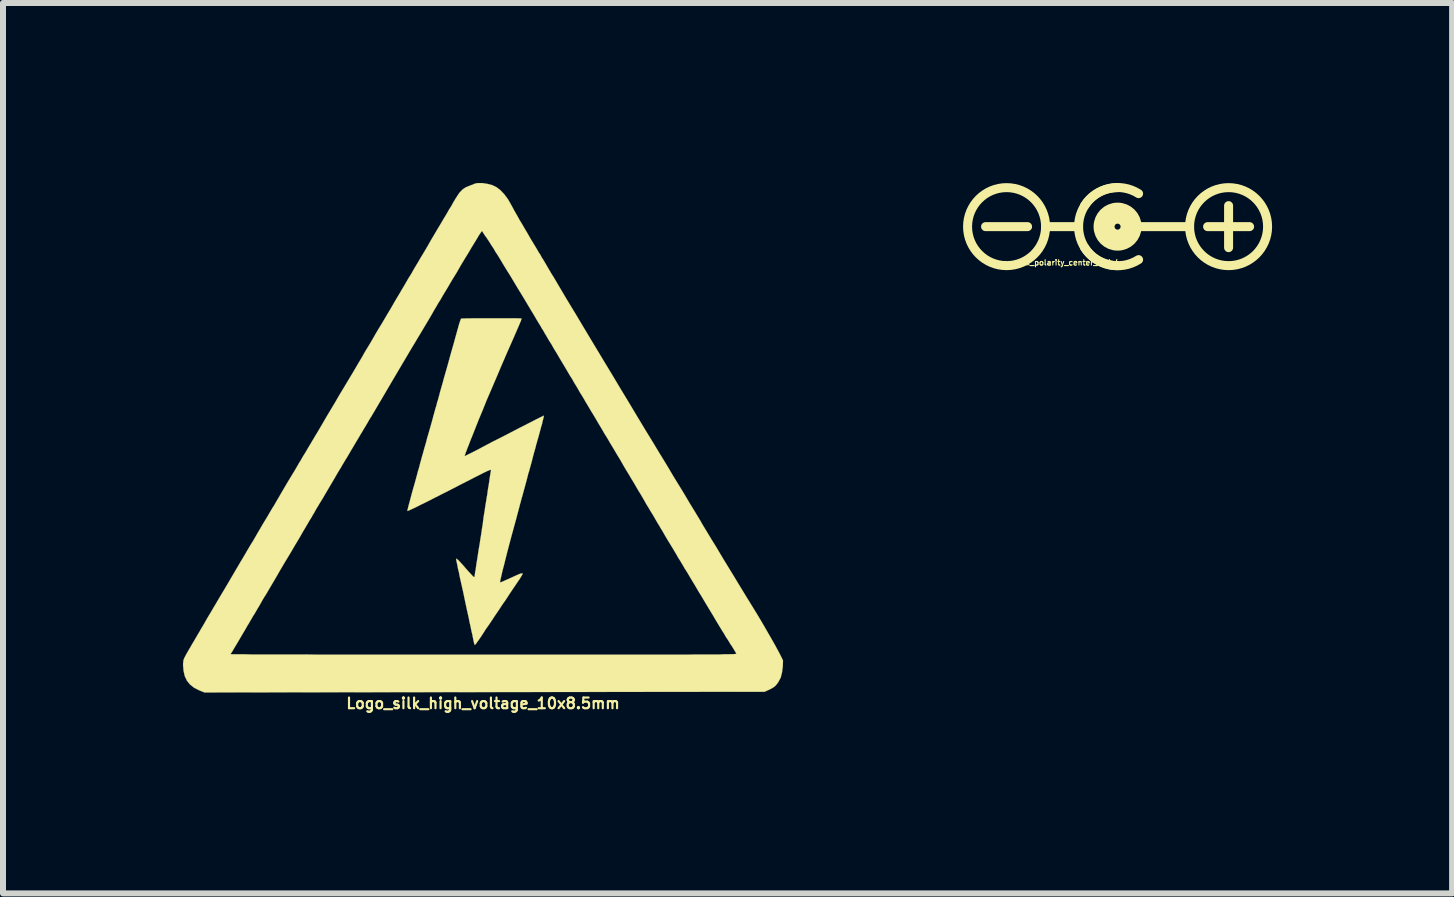
<source format=kicad_pcb>
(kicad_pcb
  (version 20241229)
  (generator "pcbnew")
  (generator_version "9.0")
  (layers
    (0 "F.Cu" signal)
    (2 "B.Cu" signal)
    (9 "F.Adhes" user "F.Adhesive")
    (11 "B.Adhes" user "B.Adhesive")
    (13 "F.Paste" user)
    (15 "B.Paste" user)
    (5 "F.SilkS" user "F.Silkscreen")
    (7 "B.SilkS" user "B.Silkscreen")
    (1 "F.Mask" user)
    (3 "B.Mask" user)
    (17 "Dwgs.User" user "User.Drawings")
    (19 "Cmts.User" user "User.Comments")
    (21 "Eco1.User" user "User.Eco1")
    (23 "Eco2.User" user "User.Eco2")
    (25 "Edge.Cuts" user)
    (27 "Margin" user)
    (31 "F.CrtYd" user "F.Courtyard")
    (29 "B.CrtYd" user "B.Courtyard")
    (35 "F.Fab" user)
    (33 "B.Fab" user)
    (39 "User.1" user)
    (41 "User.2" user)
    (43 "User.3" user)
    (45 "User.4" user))
  (footprint "Logo_silk_polarity_center_5x1.4mm"
    (layer "F.Cu")
    (at 15.575 0.727)
    (property "Reference" "Logo_silk_polarity_center_5x1.4mm" (at -0.9 0.6 0) (layer "F.SilkS") (effects (font (size 0.089 0.089) (thickness 0.018))))
    (attr through_hole)
    (fp_line (start -2.2 0) (end -1.5 0) (stroke (width 0.15) (type solid)) (layer "F.SilkS"))
    (fp_line (start -0.65 0) (end -1.2 0) (stroke (width 0.15) (type solid)) (layer "F.SilkS"))
    (fp_line (start 1.2 0) (end 0.3 0) (stroke (width 0.15) (type solid)) (layer "F.SilkS"))
    (fp_line (start 1.5 0) (end 2.2 0) (stroke (width 0.15) (type solid)) (layer "F.SilkS"))
    (fp_line (start 1.85 0.35) (end 1.85 -0.35) (stroke (width 0.15) (type solid)) (layer "F.SilkS"))
    (fp_arc (start -0.65 0) (mid -0.459619 -0.459619) (end 0 -0.65) (stroke (width 0.15) (type solid)) (layer "F.SilkS"))
    (fp_arc (start -0.55 -0.35) (mid -0.141421 -0.636396) (end 0.35 -0.55) (stroke (width 0.15) (type solid)) (layer "F.SilkS"))
    (fp_arc (start 0 0.65) (mid -0.459619 0.459619) (end -0.65 0) (stroke (width 0.15) (type solid)) (layer "F.SilkS"))
    (fp_arc (start 0.35 0.55) (mid -0.141421 0.636396) (end -0.55 0.35) (stroke (width 0.15) (type solid)) (layer "F.SilkS"))
    (fp_circle (center -1.85 0) (end -1.2 0) (stroke (width 0.15) (type solid)) (fill no) (layer "F.SilkS"))
    (fp_circle (center 0 0) (end -0.2 0) (stroke (width 0.3) (type solid)) (fill no) (layer "F.SilkS"))
    (fp_circle (center 0 0) (end -0.1 0) (stroke (width 0.3) (type solid)) (fill no) (layer "F.SilkS"))
    (fp_circle (center 1.85 0) (end 2.5 0) (stroke (width 0.15) (type solid)) (fill no) (layer "F.SilkS")))
  (footprint "Logo_silk_high_voltage_10x8.5mm"
    (layer "F.Cu")
    (at 5 4.235)
    (property "Reference" "Logo_silk_high_voltage_10x8.5mm" (at 0 4.437 0) (layer "F.SilkS") (effects (font (size 0.178 0.178) (thickness 0.036))))
    (attr through_hole)
    (fp_poly (pts (xy 1.016 -0.358) (xy 1.013 -0.348) (xy 1.008 -0.323) (xy 0.998 -0.284) (xy 0.986 -0.239) (xy 0.986 -0.229) (xy 0.968 -0.17) (xy 0.95 -0.102) (xy 0.93 -0.028) (xy 0.912 0.036) (xy 0.909 0.043) (xy 0.897 0.089) (xy 0.884 0.132) (xy 0.874 0.175) (xy 0.861 0.221) (xy 0.846 0.272) (xy 0.831 0.33) (xy 0.813 0.401) (xy 0.79 0.485) (xy 0.762 0.587) (xy 0.759 0.589) (xy 0.732 0.696) (xy 0.709 0.782) (xy 0.688 0.859) (xy 0.671 0.922) (xy 0.655 0.98) (xy 0.64 1.031) (xy 0.627 1.082) (xy 0.612 1.133) (xy 0.61 1.146) (xy 0.594 1.204) (xy 0.579 1.262) (xy 0.564 1.316) (xy 0.554 1.356) (xy 0.551 1.367) (xy 0.511 1.514) (xy 0.472 1.656) (xy 0.437 1.788) (xy 0.404 1.913) (xy 0.376 2.024) (xy 0.351 2.126) (xy 0.328 2.212) (xy 0.31 2.289) (xy 0.297 2.347) (xy 0.287 2.388) (xy 0.284 2.413) (xy 0.284 2.421) (xy 0.297 2.418) (xy 0.323 2.408) (xy 0.363 2.39) (xy 0.409 2.37) (xy 0.455 2.349) (xy 0.521 2.319) (xy 0.572 2.296) (xy 0.607 2.281) (xy 0.632 2.273) (xy 0.65 2.271) (xy 0.658 2.273) (xy 0.66 2.273) (xy 0.66 2.276) (xy 0.658 2.283) (xy 0.653 2.294) (xy 0.643 2.309) (xy 0.63 2.332) (xy 0.61 2.365) (xy 0.582 2.405) (xy 0.546 2.459) (xy 0.503 2.522) (xy 0.45 2.601) (xy 0.389 2.695) (xy 0.376 2.715) (xy 0.32 2.794) (xy 0.262 2.883) (xy 0.201 2.972) (xy 0.145 3.058) (xy 0.091 3.137) (xy 0.043 3.205) (xy 0.03 3.226) (xy -0.015 3.297) (xy -0.053 3.353) (xy -0.081 3.393) (xy -0.104 3.424) (xy -0.119 3.447) (xy -0.13 3.457) (xy -0.137 3.462) (xy -0.14 3.462) (xy -0.142 3.457) (xy -0.142 3.454) (xy -0.147 3.439) (xy -0.155 3.409) (xy -0.163 3.368) (xy -0.173 3.32) (xy -0.18 3.284) (xy -0.193 3.231) (xy -0.206 3.165) (xy -0.224 3.086) (xy -0.241 3) (xy -0.262 2.908) (xy -0.282 2.814) (xy -0.29 2.779) (xy -0.31 2.682) (xy -0.33 2.586) (xy -0.351 2.492) (xy -0.371 2.403) (xy -0.389 2.324) (xy -0.401 2.258) (xy -0.414 2.205) (xy -0.417 2.195) (xy -0.427 2.139) (xy -0.437 2.093) (xy -0.445 2.055) (xy -0.447 2.032) (xy -0.447 2.027) (xy -0.439 2.027) (xy -0.429 2.035) (xy -0.409 2.052) (xy -0.381 2.083) (xy -0.343 2.123) (xy -0.297 2.177) (xy -0.246 2.235) (xy -0.208 2.276) (xy -0.18 2.306) (xy -0.163 2.324) (xy -0.15 2.332) (xy -0.145 2.332) (xy -0.142 2.322) (xy -0.137 2.294) (xy -0.132 2.253) (xy -0.122 2.2) (xy -0.114 2.141) (xy -0.112 2.123) (xy -0.099 2.047) (xy -0.086 1.963) (xy -0.074 1.882) (xy -0.061 1.808) (xy -0.053 1.758) (xy -0.043 1.692) (xy -0.03 1.613) (xy -0.018 1.529) (xy -0.005 1.45) (xy 0 1.407) (xy 0.01 1.328) (xy 0.025 1.24) (xy 0.038 1.148) (xy 0.053 1.062) (xy 0.058 1.026) (xy 0.071 0.953) (xy 0.081 0.876) (xy 0.094 0.8) (xy 0.104 0.734) (xy 0.109 0.696) (xy 0.117 0.645) (xy 0.124 0.602) (xy 0.13 0.569) (xy 0.132 0.554) (xy 0.132 0.551) (xy 0.132 0.546) (xy 0.124 0.544) (xy 0.112 0.549) (xy 0.086 0.559) (xy 0.053 0.574) (xy 0.005 0.597) (xy -0.053 0.627) (xy -0.13 0.665) (xy -0.173 0.688) (xy -0.358 0.782) (xy -0.526 0.869) (xy -0.676 0.945) (xy -0.81 1.013) (xy -0.925 1.072) (xy -1.024 1.12) (xy -1.105 1.161) (xy -1.168 1.191) (xy -1.217 1.214) (xy -1.247 1.227) (xy -1.26 1.232) (xy -1.26 1.229) (xy -1.26 1.217) (xy -1.252 1.186) (xy -1.24 1.138) (xy -1.224 1.079) (xy -1.206 1.011) (xy -1.186 0.935) (xy -1.163 0.853) (xy -1.138 0.767) (xy -1.12 0.701) (xy -1.102 0.635) (xy -1.085 0.569) (xy -1.067 0.511) (xy -1.054 0.46) (xy -1.046 0.429) (xy -1.034 0.386) (xy -1.019 0.33) (xy -1.001 0.269) (xy -0.986 0.213) (xy -0.968 0.15) (xy -0.947 0.079) (xy -0.93 0.01) (xy -0.917 -0.033) (xy -0.902 -0.084) (xy -0.884 -0.147) (xy -0.864 -0.218) (xy -0.843 -0.292) (xy -0.831 -0.34) (xy -0.813 -0.404) (xy -0.795 -0.47) (xy -0.777 -0.528) (xy -0.765 -0.579) (xy -0.754 -0.61) (xy -0.747 -0.638) (xy -0.734 -0.683) (xy -0.719 -0.742) (xy -0.699 -0.813) (xy -0.676 -0.892) (xy -0.653 -0.978) (xy -0.627 -1.069) (xy -0.615 -1.11) (xy -0.587 -1.209) (xy -0.559 -1.311) (xy -0.531 -1.412) (xy -0.503 -1.509) (xy -0.478 -1.598) (xy -0.457 -1.676) (xy -0.439 -1.737) (xy -0.437 -1.748) (xy -0.419 -1.811) (xy -0.404 -1.867) (xy -0.389 -1.915) (xy -0.376 -1.951) (xy -0.368 -1.971) (xy -0.366 -1.974) (xy -0.353 -1.976) (xy -0.325 -1.976) (xy -0.279 -1.979) (xy -0.221 -1.979) (xy -0.152 -1.981) (xy -0.076 -1.981) (xy 0.003 -1.981) (xy 0.089 -1.981) (xy 0.175 -1.981) (xy 0.264 -1.981) (xy 0.345 -1.981) (xy 0.424 -1.981) (xy 0.493 -1.981) (xy 0.551 -1.981) (xy 0.597 -1.979) (xy 0.627 -1.979) (xy 0.643 -1.976) (xy 0.64 -1.966) (xy 0.632 -1.941) (xy 0.617 -1.905) (xy 0.602 -1.869) (xy 0.503 -1.641) (xy 0.404 -1.417) (xy 0.312 -1.204) (xy 0.224 -0.996) (xy 0.14 -0.8) (xy 0.061 -0.617) (xy -0.008 -0.445) (xy -0.074 -0.287) (xy -0.13 -0.145) (xy -0.18 -0.018) (xy -0.193 0.013) (xy -0.218 0.076) (xy -0.241 0.137) (xy -0.262 0.188) (xy -0.277 0.231) (xy -0.29 0.259) (xy -0.29 0.264) (xy -0.3 0.292) (xy -0.307 0.31) (xy -0.307 0.315) (xy -0.297 0.312) (xy -0.272 0.3) (xy -0.229 0.279) (xy -0.173 0.251) (xy -0.104 0.216) (xy -0.023 0.173) (xy 0.069 0.124) (xy 0.17 0.071) (xy 0.282 0.015) (xy 0.401 -0.046) (xy 0.424 -0.058) (xy 0.518 -0.107) (xy 0.61 -0.155) (xy 0.696 -0.198) (xy 0.775 -0.239) (xy 0.843 -0.274) (xy 0.904 -0.305) (xy 0.955 -0.33) (xy 0.991 -0.348) (xy 1.011 -0.356) (xy 1.016 -0.358)) (stroke (width 0.003) (type solid)) (fill yes) (layer "F.SilkS"))
    (fp_poly (pts (xy 4.999 3.721) (xy 4.996 3.82) (xy 4.983 3.919) (xy 4.961 4.008) (xy 4.92 4.084) (xy 4.897 4.115) (xy 4.874 4.143) (xy 4.846 4.166) (xy 4.813 4.186) (xy 4.775 4.206) (xy 4.691 4.244) (xy 4.221 4.244) (xy 4.221 3.609) (xy 4.214 3.594) (xy 4.199 3.569) (xy 4.176 3.531) (xy 4.148 3.485) (xy 4.13 3.459) (xy 4.112 3.432) (xy 4.1 3.409) (xy 4.084 3.386) (xy 4.072 3.365) (xy 4.056 3.343) (xy 4.041 3.32) (xy 4.026 3.292) (xy 4.006 3.259) (xy 3.98 3.218) (xy 3.952 3.172) (xy 3.919 3.117) (xy 3.879 3.051) (xy 3.833 2.972) (xy 3.777 2.88) (xy 3.713 2.774) (xy 3.647 2.662) (xy 3.589 2.568) (xy 3.536 2.477) (xy 3.485 2.393) (xy 3.439 2.316) (xy 3.399 2.248) (xy 3.363 2.192) (xy 3.338 2.149) (xy 3.32 2.118) (xy 3.31 2.103) (xy 3.299 2.083) (xy 3.279 2.05) (xy 3.251 2.007) (xy 3.221 1.953) (xy 3.188 1.897) (xy 3.17 1.867) (xy 3.127 1.796) (xy 3.078 1.717) (xy 3.03 1.636) (xy 2.987 1.56) (xy 2.946 1.494) (xy 2.946 1.491) (xy 2.908 1.43) (xy 2.87 1.364) (xy 2.835 1.303) (xy 2.802 1.25) (xy 2.779 1.212) (xy 2.753 1.168) (xy 2.72 1.115) (xy 2.685 1.052) (xy 2.647 0.986) (xy 2.609 0.922) (xy 2.606 0.919) (xy 2.565 0.851) (xy 2.52 0.772) (xy 2.469 0.688) (xy 2.421 0.607) (xy 2.377 0.536) (xy 2.337 0.467) (xy 2.291 0.386) (xy 2.24 0.302) (xy 2.189 0.216) (xy 2.141 0.135) (xy 2.118 0.099) (xy 2.075 0.023) (xy 2.024 -0.058) (xy 1.974 -0.145) (xy 1.925 -0.226) (xy 1.882 -0.3) (xy 1.864 -0.33) (xy 1.829 -0.389) (xy 1.796 -0.442) (xy 1.768 -0.49) (xy 1.745 -0.528) (xy 1.73 -0.554) (xy 1.727 -0.559) (xy 1.714 -0.579) (xy 1.694 -0.615) (xy 1.669 -0.658) (xy 1.638 -0.709) (xy 1.615 -0.744) (xy 1.585 -0.798) (xy 1.557 -0.846) (xy 1.532 -0.886) (xy 1.514 -0.917) (xy 1.506 -0.93) (xy 1.496 -0.95) (xy 1.476 -0.983) (xy 1.448 -1.026) (xy 1.417 -1.079) (xy 1.384 -1.135) (xy 1.369 -1.161) (xy 1.326 -1.232) (xy 1.278 -1.313) (xy 1.227 -1.4) (xy 1.176 -1.483) (xy 1.133 -1.56) (xy 1.13 -1.562) (xy 1.092 -1.623) (xy 1.059 -1.681) (xy 1.026 -1.735) (xy 1.001 -1.781) (xy 0.98 -1.811) (xy 0.975 -1.821) (xy 0.958 -1.852) (xy 0.93 -1.897) (xy 0.894 -1.956) (xy 0.853 -2.027) (xy 0.805 -2.106) (xy 0.752 -2.195) (xy 0.696 -2.289) (xy 0.638 -2.385) (xy 0.577 -2.484) (xy 0.518 -2.583) (xy 0.46 -2.68) (xy 0.401 -2.774) (xy 0.348 -2.86) (xy 0.3 -2.941) (xy 0.257 -3.012) (xy 0.218 -3.073) (xy 0.213 -3.078) (xy 0.175 -3.145) (xy 0.135 -3.205) (xy 0.097 -3.266) (xy 0.061 -3.32) (xy 0.028 -3.365) (xy 0.005 -3.401) (xy -0.01 -3.426) (xy -0.02 -3.434) (xy -0.025 -3.426) (xy -0.043 -3.401) (xy -0.069 -3.363) (xy -0.102 -3.307) (xy -0.142 -3.241) (xy -0.191 -3.162) (xy -0.244 -3.071) (xy -0.305 -2.972) (xy -0.371 -2.863) (xy -0.439 -2.743) (xy -0.516 -2.619) (xy -0.592 -2.489) (xy -0.673 -2.355) (xy -0.714 -2.283) (xy -0.729 -2.261) (xy -0.752 -2.223) (xy -0.78 -2.174) (xy -0.815 -2.116) (xy -0.851 -2.052) (xy -0.889 -1.986) (xy -1.059 -1.702) (xy -1.222 -1.43) (xy -1.377 -1.168) (xy -1.527 -0.914) (xy -1.671 -0.668) (xy -1.816 -0.422) (xy -1.857 -0.353) (xy -1.895 -0.292) (xy -1.93 -0.231) (xy -1.963 -0.175) (xy -1.991 -0.13) (xy -2.012 -0.094) (xy -2.017 -0.084) (xy -2.035 -0.056) (xy -2.06 -0.013) (xy -2.09 0.038) (xy -2.126 0.097) (xy -2.164 0.163) (xy -2.192 0.208) (xy -2.23 0.274) (xy -2.268 0.338) (xy -2.304 0.396) (xy -2.334 0.447) (xy -2.357 0.485) (xy -2.367 0.505) (xy -2.39 0.541) (xy -2.418 0.587) (xy -2.449 0.64) (xy -2.479 0.693) (xy -2.484 0.701) (xy -2.532 0.782) (xy -2.581 0.866) (xy -2.629 0.947) (xy -2.675 1.026) (xy -2.718 1.095) (xy -2.751 1.151) (xy -2.764 1.171) (xy -2.789 1.214) (xy -2.814 1.26) (xy -2.837 1.298) (xy -2.84 1.3) (xy -2.852 1.326) (xy -2.878 1.367) (xy -2.911 1.422) (xy -2.954 1.496) (xy -3.005 1.582) (xy -3.063 1.684) (xy -3.132 1.798) (xy -3.205 1.923) (xy -3.289 2.062) (xy -3.378 2.212) (xy -3.381 2.217) (xy -3.426 2.296) (xy -3.475 2.38) (xy -3.526 2.466) (xy -3.574 2.548) (xy -3.617 2.621) (xy -3.645 2.664) (xy -3.683 2.728) (xy -3.721 2.797) (xy -3.759 2.86) (xy -3.792 2.918) (xy -3.82 2.964) (xy -3.825 2.969) (xy -3.853 3.018) (xy -3.881 3.066) (xy -3.904 3.106) (xy -3.922 3.134) (xy -3.962 3.205) (xy -4.003 3.274) (xy -4.044 3.343) (xy -4.082 3.409) (xy -4.117 3.467) (xy -4.148 3.518) (xy -4.171 3.559) (xy -4.188 3.586) (xy -4.196 3.599) (xy -4.199 3.599) (xy -4.206 3.614) (xy -4.206 3.617) (xy -4.196 3.617) (xy -4.168 3.619) (xy -4.12 3.619) (xy -4.054 3.619) (xy -3.97 3.619) (xy -3.868 3.622) (xy -3.754 3.622) (xy -3.622 3.622) (xy -3.475 3.622) (xy -3.315 3.622) (xy -3.139 3.622) (xy -2.951 3.622) (xy -2.753 3.625) (xy -2.543 3.625) (xy -2.319 3.625) (xy -2.088 3.625) (xy -1.847 3.625) (xy -1.595 3.625) (xy -1.336 3.625) (xy -1.072 3.625) (xy -0.798 3.625) (xy -0.518 3.625) (xy -0.231 3.625) (xy 0.01 3.625) (xy 0.358 3.625) (xy 0.686 3.625) (xy 0.993 3.625) (xy 1.283 3.625) (xy 1.557 3.625) (xy 1.811 3.625) (xy 2.05 3.625) (xy 2.273 3.625) (xy 2.482 3.625) (xy 2.672 3.625) (xy 2.85 3.625) (xy 3.012 3.625) (xy 3.165 3.625) (xy 3.302 3.625) (xy 3.426 3.625) (xy 3.541 3.622) (xy 3.642 3.622) (xy 3.734 3.622) (xy 3.815 3.622) (xy 3.889 3.622) (xy 3.952 3.622) (xy 4.008 3.619) (xy 4.054 3.619) (xy 4.094 3.619) (xy 4.128 3.617) (xy 4.155 3.617) (xy 4.178 3.617) (xy 4.194 3.614) (xy 4.206 3.614) (xy 4.214 3.612) (xy 4.219 3.612) (xy 4.221 3.609) (xy 4.221 4.244) (xy 0.023 4.249) (xy -4.643 4.255) (xy -4.732 4.219) (xy -4.816 4.176) (xy -4.884 4.122) (xy -4.935 4.059) (xy -4.971 3.983) (xy -4.991 3.894) (xy -4.999 3.8) (xy -4.999 3.772) (xy -4.996 3.749) (xy -4.994 3.729) (xy -4.989 3.706) (xy -4.978 3.68) (xy -4.963 3.65) (xy -4.94 3.609) (xy -4.912 3.559) (xy -4.874 3.495) (xy -4.854 3.459) (xy -4.821 3.404) (xy -4.788 3.348) (xy -4.76 3.299) (xy -4.737 3.261) (xy -4.722 3.236) (xy -4.704 3.203) (xy -4.676 3.157) (xy -4.643 3.101) (xy -4.608 3.038) (xy -4.567 2.969) (xy -4.526 2.901) (xy -4.488 2.835) (xy -4.481 2.824) (xy -4.458 2.786) (xy -4.43 2.738) (xy -4.397 2.682) (xy -4.361 2.621) (xy -4.326 2.563) (xy -4.285 2.494) (xy -4.239 2.416) (xy -4.191 2.334) (xy -4.145 2.256) (xy -4.117 2.207) (xy -4.079 2.144) (xy -4.039 2.075) (xy -3.998 2.007) (xy -3.962 1.946) (xy -3.937 1.902) (xy -3.907 1.852) (xy -3.871 1.791) (xy -3.83 1.725) (xy -3.79 1.656) (xy -3.754 1.593) (xy -3.716 1.529) (xy -3.678 1.463) (xy -3.64 1.4) (xy -3.607 1.346) (xy -3.581 1.303) (xy -3.581 1.3) (xy -3.566 1.278) (xy -3.551 1.25) (xy -3.531 1.217) (xy -3.51 1.181) (xy -3.482 1.138) (xy -3.452 1.085) (xy -3.416 1.024) (xy -3.376 0.955) (xy -3.327 0.871) (xy -3.272 0.777) (xy -3.208 0.671) (xy -3.134 0.549) (xy -3.053 0.409) (xy -3.048 0.404) (xy -3.005 0.328) (xy -2.959 0.254) (xy -2.916 0.18) (xy -2.878 0.117) (xy -2.845 0.061) (xy -2.819 0.018) (xy -2.809 0) (xy -2.789 -0.033) (xy -2.761 -0.079) (xy -2.725 -0.14) (xy -2.685 -0.208) (xy -2.642 -0.282) (xy -2.596 -0.361) (xy -2.555 -0.429) (xy -2.471 -0.569) (xy -2.393 -0.704) (xy -2.316 -0.831) (xy -2.245 -0.95) (xy -2.179 -1.059) (xy -2.121 -1.158) (xy -2.07 -1.245) (xy -2.029 -1.313) (xy -2.007 -1.351) (xy -1.989 -1.384) (xy -1.961 -1.433) (xy -1.925 -1.491) (xy -1.882 -1.562) (xy -1.836 -1.641) (xy -1.788 -1.725) (xy -1.737 -1.811) (xy -1.699 -1.872) (xy -1.646 -1.961) (xy -1.593 -2.052) (xy -1.539 -2.141) (xy -1.491 -2.225) (xy -1.445 -2.304) (xy -1.405 -2.37) (xy -1.374 -2.423) (xy -1.359 -2.449) (xy -1.321 -2.512) (xy -1.28 -2.583) (xy -1.24 -2.652) (xy -1.201 -2.713) (xy -1.181 -2.748) (xy -1.151 -2.802) (xy -1.113 -2.865) (xy -1.072 -2.934) (xy -1.031 -3.005) (xy -1.001 -3.053) (xy -0.927 -3.178) (xy -0.864 -3.289) (xy -0.805 -3.388) (xy -0.754 -3.475) (xy -0.711 -3.546) (xy -0.678 -3.602) (xy -0.655 -3.642) (xy -0.64 -3.665) (xy -0.625 -3.691) (xy -0.602 -3.729) (xy -0.577 -3.774) (xy -0.546 -3.825) (xy -0.538 -3.835) (xy -0.493 -3.917) (xy -0.455 -3.98) (xy -0.422 -4.031) (xy -0.394 -4.072) (xy -0.366 -4.102) (xy -0.34 -4.128) (xy -0.312 -4.148) (xy -0.282 -4.166) (xy -0.244 -4.181) (xy -0.201 -4.199) (xy -0.193 -4.201) (xy -0.15 -4.219) (xy -0.119 -4.229) (xy -0.089 -4.234) (xy -0.058 -4.234) (xy -0.013 -4.234) (xy 0.071 -4.221) (xy 0.15 -4.201) (xy 0.224 -4.166) (xy 0.29 -4.115) (xy 0.353 -4.049) (xy 0.414 -3.967) (xy 0.472 -3.866) (xy 0.505 -3.805) (xy 0.518 -3.78) (xy 0.541 -3.739) (xy 0.572 -3.686) (xy 0.607 -3.622) (xy 0.65 -3.551) (xy 0.696 -3.472) (xy 0.744 -3.391) (xy 0.792 -3.307) (xy 0.843 -3.223) (xy 0.892 -3.142) (xy 0.935 -3.068) (xy 0.953 -3.043) (xy 0.975 -3) (xy 1.008 -2.949) (xy 1.044 -2.888) (xy 1.082 -2.822) (xy 1.123 -2.753) (xy 1.125 -2.748) (xy 1.179 -2.662) (xy 1.24 -2.558) (xy 1.311 -2.438) (xy 1.389 -2.306) (xy 1.478 -2.159) (xy 1.575 -1.999) (xy 1.676 -1.829) (xy 1.786 -1.646) (xy 1.902 -1.453) (xy 2.024 -1.25) (xy 2.151 -1.041) (xy 2.281 -0.823) (xy 2.418 -0.597) (xy 2.555 -0.368) (xy 2.697 -0.132) (xy 2.842 0.104) (xy 2.878 0.165) (xy 2.941 0.269) (xy 3.01 0.381) (xy 3.084 0.503) (xy 3.157 0.627) (xy 3.233 0.752) (xy 3.31 0.876) (xy 3.383 0.998) (xy 3.452 1.115) (xy 3.518 1.222) (xy 3.576 1.318) (xy 3.627 1.402) (xy 3.655 1.453) (xy 3.741 1.595) (xy 3.818 1.722) (xy 3.889 1.836) (xy 3.952 1.943) (xy 4.011 2.042) (xy 4.069 2.136) (xy 4.125 2.228) (xy 4.181 2.319) (xy 4.239 2.416) (xy 4.293 2.504) (xy 4.394 2.67) (xy 4.486 2.819) (xy 4.569 2.954) (xy 4.643 3.078) (xy 4.707 3.188) (xy 4.765 3.289) (xy 4.818 3.381) (xy 4.864 3.462) (xy 4.905 3.538) (xy 4.938 3.599) (xy 4.999 3.721)) (stroke (width 0.003) (type solid)) (fill yes) (layer "F.SilkS")))
  (gr_rect
    (start -3 -3)
    (end 21.15 11.839)
    (stroke (width 0.1) (type default))
    (fill no)
    (layer "Edge.Cuts")))
</source>
